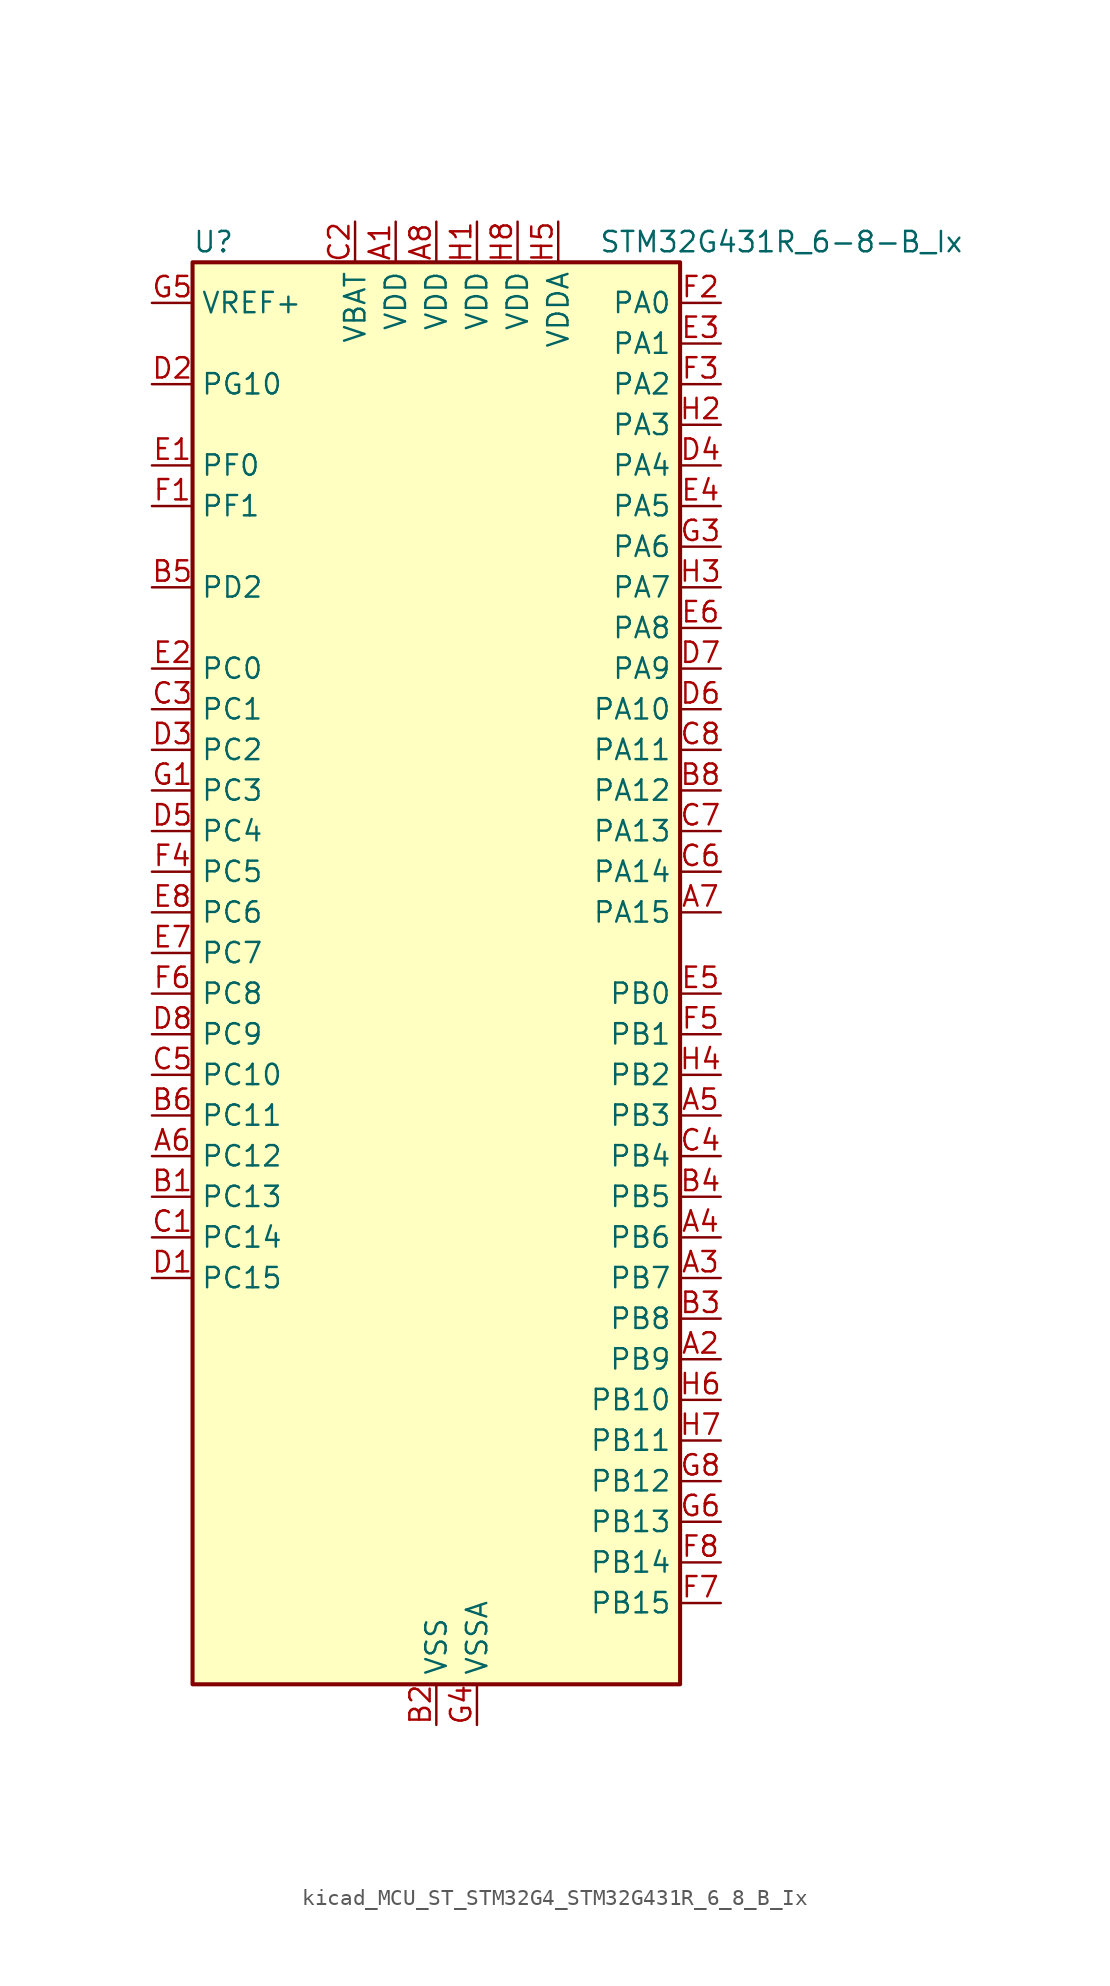
<source format=kicad_sym>
(kicad_symbol_lib
  (version 20220914)
  (generator kicad_symbol_editor)
  (symbol "kicad_MCU_ST_STM32G4_STM32G431R_6_8_B_Ix"
    (property "Reference" "U"
      (at -15.24 46.99 0)
      (effects (font (size 1.27 1.27)) (justify left)))
    (property "Value" "STM32G431R_6-8-B_Ix"
      (at 10.16 46.99 0)
      (effects (font (size 1.27 1.27)) (justify left)))
    (property "ki_locked" ""
      (at 0 0 0)
      (effects (font (size 1.27 1.27))))
    (symbol "kicad_MCU_ST_STM32G4_STM32G431R_6_8_B_Ix_0_1"
      (rectangle (start -15.24 -43.18) (end 15.24 45.72) (stroke (width 0.254) (type default)) (fill (type background))))
    (symbol "kicad_MCU_ST_STM32G4_STM32G431R_6_8_B_Ix_1_1"
      (pin power_in line (at -2.54 48.26 270) (length 2.54) (name "VDD" (effects (font (size 1.27 1.27)))) (number "A1" (effects (font (size 1.27 1.27)))))
      (pin bidirectional line (at 17.78 -22.86 180) (length 2.54) (name "PB9" (effects (font (size 1.27 1.27)))) (number "A2" (effects (font (size 1.27 1.27)))) (alternate "COMP2_OUT" bidirectional line) (alternate "DAC1_EXTI9" bidirectional line) (alternate "DAC3_EXTI9" bidirectional line) (alternate "FDCAN1_TX" bidirectional line) (alternate "I2C1_SDA" bidirectional line) (alternate "IR_OUT" bidirectional line) (alternate "SAI1_D2" bidirectional line) (alternate "SAI1_FS_A" bidirectional line) (alternate "TIM17_CH1" bidirectional line) (alternate "TIM1_CH3N" bidirectional line) (alternate "TIM4_CH4" bidirectional line) (alternate "TIM8_CH3" bidirectional line) (alternate "USART3_TX" bidirectional line))
      (pin bidirectional line (at 17.78 -17.78 180) (length 2.54) (name "PB7" (effects (font (size 1.27 1.27)))) (number "A3" (effects (font (size 1.27 1.27)))) (alternate "COMP3_OUT" bidirectional line) (alternate "I2C1_SDA" bidirectional line) (alternate "LPTIM1_IN2" bidirectional line) (alternate "SYS_PVD_IN" bidirectional line) (alternate "TIM17_CH1N" bidirectional line) (alternate "TIM3_CH4" bidirectional line) (alternate "TIM4_CH2" bidirectional line) (alternate "TIM8_BKIN" bidirectional line) (alternate "UART4_CTS" bidirectional line) (alternate "USART1_RX" bidirectional line))
      (pin bidirectional line (at 17.78 -15.24 180) (length 2.54) (name "PB6" (effects (font (size 1.27 1.27)))) (number "A4" (effects (font (size 1.27 1.27)))) (alternate "COMP4_OUT" bidirectional line) (alternate "LPTIM1_ETR" bidirectional line) (alternate "SAI1_FS_B" bidirectional line) (alternate "TIM16_CH1N" bidirectional line) (alternate "TIM4_CH1" bidirectional line) (alternate "TIM8_BKIN2" bidirectional line) (alternate "TIM8_CH1" bidirectional line) (alternate "TIM8_ETR" bidirectional line) (alternate "UCPD1_CC1" bidirectional line) (alternate "USART1_TX" bidirectional line))
      (pin bidirectional line (at 17.78 -7.62 180) (length 2.54) (name "PB3" (effects (font (size 1.27 1.27)))) (number "A5" (effects (font (size 1.27 1.27)))) (alternate "CRS_SYNC" bidirectional line) (alternate "I2S3_CK" bidirectional line) (alternate "SAI1_SCK_B" bidirectional line) (alternate "SPI1_SCK" bidirectional line) (alternate "SPI3_SCK" bidirectional line) (alternate "SYS_JTDO-SWO" bidirectional line) (alternate "TIM2_CH2" bidirectional line) (alternate "TIM3_ETR" bidirectional line) (alternate "TIM4_ETR" bidirectional line) (alternate "TIM8_CH1N" bidirectional line) (alternate "USART2_TX" bidirectional line))
      (pin bidirectional line (at -17.78 -10.16 0) (length 2.54) (name "PC12" (effects (font (size 1.27 1.27)))) (number "A6" (effects (font (size 1.27 1.27)))) (alternate "I2S3_SD" bidirectional line) (alternate "SPI3_MOSI" bidirectional line) (alternate "TIM8_CH3N" bidirectional line) (alternate "UCPD1_FRSTX1" bidirectional line) (alternate "UCPD1_FRSTX2" bidirectional line) (alternate "USART3_CK" bidirectional line))
      (pin bidirectional line (at 17.78 5.08 180) (length 2.54) (name "PA15" (effects (font (size 1.27 1.27)))) (number "A7" (effects (font (size 1.27 1.27)))) (alternate "ADC1_EXTI15" bidirectional line) (alternate "ADC2_EXTI15" bidirectional line) (alternate "I2C1_SCL" bidirectional line) (alternate "I2S3_WS" bidirectional line) (alternate "SPI1_NSS" bidirectional line) (alternate "SPI3_NSS" bidirectional line) (alternate "SYS_JTDI" bidirectional line) (alternate "TIM1_BKIN" bidirectional line) (alternate "TIM2_CH1" bidirectional line) (alternate "TIM2_ETR" bidirectional line) (alternate "TIM8_CH1" bidirectional line) (alternate "UART4_DE" bidirectional line) (alternate "UART4_RTS" bidirectional line) (alternate "USART2_RX" bidirectional line))
      (pin power_in line (at 0 48.26 270) (length 2.54) (name "VDD" (effects (font (size 1.27 1.27)))) (number "A8" (effects (font (size 1.27 1.27)))))
      (pin bidirectional line (at -17.78 -12.7 0) (length 2.54) (name "PC13" (effects (font (size 1.27 1.27)))) (number "B1" (effects (font (size 1.27 1.27)))) (alternate "RTC_OUT1" bidirectional line) (alternate "RTC_TAMP1" bidirectional line) (alternate "RTC_TS" bidirectional line) (alternate "SYS_WKUP2" bidirectional line) (alternate "TIM1_BKIN" bidirectional line) (alternate "TIM1_CH1N" bidirectional line) (alternate "TIM8_CH4N" bidirectional line))
      (pin power_in line (at 0 -45.72 90) (length 2.54) (name "VSS" (effects (font (size 1.27 1.27)))) (number "B2" (effects (font (size 1.27 1.27)))))
      (pin bidirectional line (at 17.78 -20.32 180) (length 2.54) (name "PB8" (effects (font (size 1.27 1.27)))) (number "B3" (effects (font (size 1.27 1.27)))) (alternate "COMP1_OUT" bidirectional line) (alternate "FDCAN1_RX" bidirectional line) (alternate "I2C1_SCL" bidirectional line) (alternate "SAI1_CK1" bidirectional line) (alternate "SAI1_MCLK_A" bidirectional line) (alternate "TIM16_CH1" bidirectional line) (alternate "TIM1_BKIN" bidirectional line) (alternate "TIM4_CH3" bidirectional line) (alternate "TIM8_CH2" bidirectional line) (alternate "USART3_RX" bidirectional line))
      (pin bidirectional line (at 17.78 -12.7 180) (length 2.54) (name "PB5" (effects (font (size 1.27 1.27)))) (number "B4" (effects (font (size 1.27 1.27)))) (alternate "I2C1_SMBA" bidirectional line) (alternate "I2C3_SDA" bidirectional line) (alternate "I2S3_SD" bidirectional line) (alternate "LPTIM1_IN1" bidirectional line) (alternate "SAI1_SD_B" bidirectional line) (alternate "SPI1_MOSI" bidirectional line) (alternate "SPI3_MOSI" bidirectional line) (alternate "TIM16_BKIN" bidirectional line) (alternate "TIM17_CH1" bidirectional line) (alternate "TIM3_CH2" bidirectional line) (alternate "TIM8_CH3N" bidirectional line) (alternate "USART2_CK" bidirectional line))
      (pin bidirectional line (at -17.78 25.4 0) (length 2.54) (name "PD2" (effects (font (size 1.27 1.27)))) (number "B5" (effects (font (size 1.27 1.27)))) (alternate "TIM3_ETR" bidirectional line) (alternate "TIM8_BKIN" bidirectional line))
      (pin bidirectional line (at -17.78 -7.62 0) (length 2.54) (name "PC11" (effects (font (size 1.27 1.27)))) (number "B6" (effects (font (size 1.27 1.27)))) (alternate "ADC1_EXTI11" bidirectional line) (alternate "ADC2_EXTI11" bidirectional line) (alternate "I2C3_SDA" bidirectional line) (alternate "SPI3_MISO" bidirectional line) (alternate "TIM8_CH2N" bidirectional line) (alternate "UART4_RX" bidirectional line) (alternate "USART3_RX" bidirectional line))
      (pin passive line (at 0 -45.72 90) (length 2.54) hide (name "VSS" (effects (font (size 1.27 1.27)))) (number "B7" (effects (font (size 1.27 1.27)))))
      (pin bidirectional line (at 17.78 12.7 180) (length 2.54) (name "PA12" (effects (font (size 1.27 1.27)))) (number "B8" (effects (font (size 1.27 1.27)))) (alternate "COMP2_OUT" bidirectional line) (alternate "FDCAN1_TX" bidirectional line) (alternate "I2S_CKIN" bidirectional line) (alternate "TIM16_CH1" bidirectional line) (alternate "TIM1_CH2N" bidirectional line) (alternate "TIM1_ETR" bidirectional line) (alternate "TIM4_CH2" bidirectional line) (alternate "USART1_DE" bidirectional line) (alternate "USART1_RTS" bidirectional line) (alternate "USB_DP" bidirectional line))
      (pin bidirectional line (at -17.78 -15.24 0) (length 2.54) (name "PC14" (effects (font (size 1.27 1.27)))) (number "C1" (effects (font (size 1.27 1.27)))) (alternate "RCC_OSC32_IN" bidirectional line))
      (pin power_in line (at -5.08 48.26 270) (length 2.54) (name "VBAT" (effects (font (size 1.27 1.27)))) (number "C2" (effects (font (size 1.27 1.27)))))
      (pin bidirectional line (at -17.78 17.78 0) (length 2.54) (name "PC1" (effects (font (size 1.27 1.27)))) (number "C3" (effects (font (size 1.27 1.27)))) (alternate "ADC1_IN7" bidirectional line) (alternate "ADC2_IN7" bidirectional line) (alternate "COMP3_INP" bidirectional line) (alternate "LPTIM1_OUT" bidirectional line) (alternate "LPUART1_TX" bidirectional line) (alternate "SAI1_SD_A" bidirectional line) (alternate "TIM1_CH2" bidirectional line))
      (pin bidirectional line (at 17.78 -10.16 180) (length 2.54) (name "PB4" (effects (font (size 1.27 1.27)))) (number "C4" (effects (font (size 1.27 1.27)))) (alternate "SAI1_MCLK_B" bidirectional line) (alternate "SPI1_MISO" bidirectional line) (alternate "SPI3_MISO" bidirectional line) (alternate "SYS_JTRST" bidirectional line) (alternate "TIM16_CH1" bidirectional line) (alternate "TIM17_BKIN" bidirectional line) (alternate "TIM3_CH1" bidirectional line) (alternate "TIM8_CH2N" bidirectional line) (alternate "UCPD1_CC2" bidirectional line) (alternate "USART2_RX" bidirectional line))
      (pin bidirectional line (at -17.78 -5.08 0) (length 2.54) (name "PC10" (effects (font (size 1.27 1.27)))) (number "C5" (effects (font (size 1.27 1.27)))) (alternate "DAC1_EXTI10" bidirectional line) (alternate "DAC3_EXTI10" bidirectional line) (alternate "I2S3_CK" bidirectional line) (alternate "SPI3_SCK" bidirectional line) (alternate "TIM8_CH1N" bidirectional line) (alternate "UART4_TX" bidirectional line) (alternate "USART3_TX" bidirectional line))
      (pin bidirectional line (at 17.78 7.62 180) (length 2.54) (name "PA14" (effects (font (size 1.27 1.27)))) (number "C6" (effects (font (size 1.27 1.27)))) (alternate "I2C1_SDA" bidirectional line) (alternate "LPTIM1_OUT" bidirectional line) (alternate "SAI1_FS_B" bidirectional line) (alternate "SYS_JTCK-SWCLK" bidirectional line) (alternate "TIM1_BKIN" bidirectional line) (alternate "TIM8_CH2" bidirectional line) (alternate "USART2_TX" bidirectional line))
      (pin bidirectional line (at 17.78 10.16 180) (length 2.54) (name "PA13" (effects (font (size 1.27 1.27)))) (number "C7" (effects (font (size 1.27 1.27)))) (alternate "I2C1_SCL" bidirectional line) (alternate "IR_OUT" bidirectional line) (alternate "SAI1_SD_B" bidirectional line) (alternate "SYS_JTMS-SWDIO" bidirectional line) (alternate "TIM16_CH1N" bidirectional line) (alternate "TIM4_CH3" bidirectional line) (alternate "USART3_CTS" bidirectional line) (alternate "USART3_NSS" bidirectional line))
      (pin bidirectional line (at 17.78 15.24 180) (length 2.54) (name "PA11" (effects (font (size 1.27 1.27)))) (number "C8" (effects (font (size 1.27 1.27)))) (alternate "ADC1_EXTI11" bidirectional line) (alternate "ADC2_EXTI11" bidirectional line) (alternate "COMP1_OUT" bidirectional line) (alternate "FDCAN1_RX" bidirectional line) (alternate "I2S2_SD" bidirectional line) (alternate "SPI2_MOSI" bidirectional line) (alternate "TIM1_BKIN2" bidirectional line) (alternate "TIM1_CH1N" bidirectional line) (alternate "TIM1_CH4" bidirectional line) (alternate "TIM4_CH1" bidirectional line) (alternate "USART1_CTS" bidirectional line) (alternate "USART1_NSS" bidirectional line) (alternate "USB_DM" bidirectional line))
      (pin bidirectional line (at -17.78 -17.78 0) (length 2.54) (name "PC15" (effects (font (size 1.27 1.27)))) (number "D1" (effects (font (size 1.27 1.27)))) (alternate "ADC1_EXTI15" bidirectional line) (alternate "ADC2_EXTI15" bidirectional line) (alternate "RCC_OSC32_OUT" bidirectional line))
      (pin bidirectional line (at -17.78 38.1 0) (length 2.54) (name "PG10" (effects (font (size 1.27 1.27)))) (number "D2" (effects (font (size 1.27 1.27)))) (alternate "DAC1_EXTI10" bidirectional line) (alternate "DAC3_EXTI10" bidirectional line) (alternate "RCC_MCO" bidirectional line))
      (pin bidirectional line (at -17.78 15.24 0) (length 2.54) (name "PC2" (effects (font (size 1.27 1.27)))) (number "D3" (effects (font (size 1.27 1.27)))) (alternate "ADC1_IN8" bidirectional line) (alternate "ADC2_IN8" bidirectional line) (alternate "COMP3_OUT" bidirectional line) (alternate "LPTIM1_IN2" bidirectional line) (alternate "TIM1_CH3" bidirectional line))
      (pin bidirectional line (at 17.78 33.02 180) (length 2.54) (name "PA4" (effects (font (size 1.27 1.27)))) (number "D4" (effects (font (size 1.27 1.27)))) (alternate "ADC2_IN17" bidirectional line) (alternate "COMP1_INM" bidirectional line) (alternate "DAC1_OUT1" bidirectional line) (alternate "I2S3_WS" bidirectional line) (alternate "SAI1_FS_B" bidirectional line) (alternate "SPI1_NSS" bidirectional line) (alternate "SPI3_NSS" bidirectional line) (alternate "TIM3_CH2" bidirectional line) (alternate "USART2_CK" bidirectional line))
      (pin bidirectional line (at -17.78 10.16 0) (length 2.54) (name "PC4" (effects (font (size 1.27 1.27)))) (number "D5" (effects (font (size 1.27 1.27)))) (alternate "ADC2_IN5" bidirectional line) (alternate "I2C2_SCL" bidirectional line) (alternate "TIM1_ETR" bidirectional line) (alternate "USART1_TX" bidirectional line))
      (pin bidirectional line (at 17.78 17.78 180) (length 2.54) (name "PA10" (effects (font (size 1.27 1.27)))) (number "D6" (effects (font (size 1.27 1.27)))) (alternate "CRS_SYNC" bidirectional line) (alternate "DAC1_EXTI10" bidirectional line) (alternate "DAC3_EXTI10" bidirectional line) (alternate "I2C2_SMBA" bidirectional line) (alternate "SAI1_D1" bidirectional line) (alternate "SAI1_SD_A" bidirectional line) (alternate "SPI2_MISO" bidirectional line) (alternate "TIM17_BKIN" bidirectional line) (alternate "TIM1_CH3" bidirectional line) (alternate "TIM2_CH4" bidirectional line) (alternate "TIM8_BKIN" bidirectional line) (alternate "UCPD1_DBCC2" bidirectional line) (alternate "USART1_RX" bidirectional line))
      (pin bidirectional line (at 17.78 20.32 180) (length 2.54) (name "PA9" (effects (font (size 1.27 1.27)))) (number "D7" (effects (font (size 1.27 1.27)))) (alternate "DAC1_EXTI9" bidirectional line) (alternate "DAC3_EXTI9" bidirectional line) (alternate "I2C2_SCL" bidirectional line) (alternate "I2C3_SMBA" bidirectional line) (alternate "I2S3_MCK" bidirectional line) (alternate "SAI1_FS_A" bidirectional line) (alternate "TIM15_BKIN" bidirectional line) (alternate "TIM1_CH2" bidirectional line) (alternate "TIM2_CH3" bidirectional line) (alternate "UCPD1_DBCC1" bidirectional line) (alternate "USART1_TX" bidirectional line))
      (pin bidirectional line (at -17.78 -2.54 0) (length 2.54) (name "PC9" (effects (font (size 1.27 1.27)))) (number "D8" (effects (font (size 1.27 1.27)))) (alternate "DAC1_EXTI9" bidirectional line) (alternate "DAC3_EXTI9" bidirectional line) (alternate "I2C3_SDA" bidirectional line) (alternate "I2S_CKIN" bidirectional line) (alternate "TIM3_CH4" bidirectional line) (alternate "TIM8_BKIN2" bidirectional line) (alternate "TIM8_CH4" bidirectional line))
      (pin bidirectional line (at -17.78 33.02 0) (length 2.54) (name "PF0" (effects (font (size 1.27 1.27)))) (number "E1" (effects (font (size 1.27 1.27)))) (alternate "ADC1_IN10" bidirectional line) (alternate "I2C2_SDA" bidirectional line) (alternate "I2S2_WS" bidirectional line) (alternate "RCC_OSC_IN" bidirectional line) (alternate "SPI2_NSS" bidirectional line) (alternate "TIM1_CH3N" bidirectional line))
      (pin bidirectional line (at -17.78 20.32 0) (length 2.54) (name "PC0" (effects (font (size 1.27 1.27)))) (number "E2" (effects (font (size 1.27 1.27)))) (alternate "ADC1_IN6" bidirectional line) (alternate "ADC2_IN6" bidirectional line) (alternate "COMP3_INM" bidirectional line) (alternate "LPTIM1_IN1" bidirectional line) (alternate "LPUART1_RX" bidirectional line) (alternate "TIM1_CH1" bidirectional line))
      (pin bidirectional line (at 17.78 40.64 180) (length 2.54) (name "PA1" (effects (font (size 1.27 1.27)))) (number "E3" (effects (font (size 1.27 1.27)))) (alternate "ADC1_IN2" bidirectional line) (alternate "ADC2_IN2" bidirectional line) (alternate "COMP1_INP" bidirectional line) (alternate "OPAMP1_VINP" bidirectional line) (alternate "OPAMP1_VINP_SEC" bidirectional line) (alternate "OPAMP3_VINP" bidirectional line) (alternate "OPAMP3_VINP_SEC" bidirectional line) (alternate "RTC_REFIN" bidirectional line) (alternate "TIM15_CH1N" bidirectional line) (alternate "TIM2_CH2" bidirectional line) (alternate "USART2_DE" bidirectional line) (alternate "USART2_RTS" bidirectional line))
      (pin bidirectional line (at 17.78 30.48 180) (length 2.54) (name "PA5" (effects (font (size 1.27 1.27)))) (number "E4" (effects (font (size 1.27 1.27)))) (alternate "ADC2_IN13" bidirectional line) (alternate "COMP2_INM" bidirectional line) (alternate "DAC1_OUT2" bidirectional line) (alternate "OPAMP2_VINM" bidirectional line) (alternate "OPAMP2_VINM0" bidirectional line) (alternate "OPAMP2_VINM_SEC" bidirectional line) (alternate "SPI1_SCK" bidirectional line) (alternate "TIM2_CH1" bidirectional line) (alternate "TIM2_ETR" bidirectional line) (alternate "UCPD1_FRSTX1" bidirectional line) (alternate "UCPD1_FRSTX2" bidirectional line))
      (pin bidirectional line (at 17.78 0 180) (length 2.54) (name "PB0" (effects (font (size 1.27 1.27)))) (number "E5" (effects (font (size 1.27 1.27)))) (alternate "ADC1_IN15" bidirectional line) (alternate "COMP4_INP" bidirectional line) (alternate "OPAMP2_VINP" bidirectional line) (alternate "OPAMP2_VINP_SEC" bidirectional line) (alternate "OPAMP3_VINP" bidirectional line) (alternate "OPAMP3_VINP_SEC" bidirectional line) (alternate "TIM1_CH2N" bidirectional line) (alternate "TIM3_CH3" bidirectional line) (alternate "TIM8_CH2N" bidirectional line) (alternate "UCPD1_FRSTX1" bidirectional line) (alternate "UCPD1_FRSTX2" bidirectional line))
      (pin bidirectional line (at 17.78 22.86 180) (length 2.54) (name "PA8" (effects (font (size 1.27 1.27)))) (number "E6" (effects (font (size 1.27 1.27)))) (alternate "I2C2_SDA" bidirectional line) (alternate "I2C3_SCL" bidirectional line) (alternate "I2S2_MCK" bidirectional line) (alternate "RCC_MCO" bidirectional line) (alternate "SAI1_CK2" bidirectional line) (alternate "SAI1_SCK_A" bidirectional line) (alternate "TIM1_CH1" bidirectional line) (alternate "TIM4_ETR" bidirectional line) (alternate "USART1_CK" bidirectional line))
      (pin bidirectional line (at -17.78 2.54 0) (length 2.54) (name "PC7" (effects (font (size 1.27 1.27)))) (number "E7" (effects (font (size 1.27 1.27)))) (alternate "I2S3_MCK" bidirectional line) (alternate "TIM3_CH2" bidirectional line) (alternate "TIM8_CH2" bidirectional line))
      (pin bidirectional line (at -17.78 5.08 0) (length 2.54) (name "PC6" (effects (font (size 1.27 1.27)))) (number "E8" (effects (font (size 1.27 1.27)))) (alternate "I2S2_MCK" bidirectional line) (alternate "TIM3_CH1" bidirectional line) (alternate "TIM8_CH1" bidirectional line))
      (pin bidirectional line (at -17.78 30.48 0) (length 2.54) (name "PF1" (effects (font (size 1.27 1.27)))) (number "F1" (effects (font (size 1.27 1.27)))) (alternate "ADC2_IN10" bidirectional line) (alternate "COMP3_INM" bidirectional line) (alternate "I2S2_CK" bidirectional line) (alternate "RCC_OSC_OUT" bidirectional line) (alternate "SPI2_SCK" bidirectional line))
      (pin bidirectional line (at 17.78 43.18 180) (length 2.54) (name "PA0" (effects (font (size 1.27 1.27)))) (number "F2" (effects (font (size 1.27 1.27)))) (alternate "ADC1_IN1" bidirectional line) (alternate "ADC2_IN1" bidirectional line) (alternate "COMP1_INM" bidirectional line) (alternate "COMP1_OUT" bidirectional line) (alternate "COMP3_INP" bidirectional line) (alternate "RTC_TAMP2" bidirectional line) (alternate "SYS_WKUP1" bidirectional line) (alternate "TIM2_CH1" bidirectional line) (alternate "TIM2_ETR" bidirectional line) (alternate "TIM8_BKIN" bidirectional line) (alternate "TIM8_ETR" bidirectional line) (alternate "USART2_CTS" bidirectional line) (alternate "USART2_NSS" bidirectional line))
      (pin bidirectional line (at 17.78 38.1 180) (length 2.54) (name "PA2" (effects (font (size 1.27 1.27)))) (number "F3" (effects (font (size 1.27 1.27)))) (alternate "ADC1_IN3" bidirectional line) (alternate "COMP2_INM" bidirectional line) (alternate "COMP2_OUT" bidirectional line) (alternate "LPUART1_TX" bidirectional line) (alternate "OPAMP1_VOUT" bidirectional line) (alternate "RCC_LSCO" bidirectional line) (alternate "SYS_WKUP4" bidirectional line) (alternate "TIM15_CH1" bidirectional line) (alternate "TIM2_CH3" bidirectional line) (alternate "UCPD1_FRSTX1" bidirectional line) (alternate "UCPD1_FRSTX2" bidirectional line) (alternate "USART2_TX" bidirectional line))
      (pin bidirectional line (at -17.78 7.62 0) (length 2.54) (name "PC5" (effects (font (size 1.27 1.27)))) (number "F4" (effects (font (size 1.27 1.27)))) (alternate "ADC2_IN11" bidirectional line) (alternate "OPAMP1_VINM" bidirectional line) (alternate "OPAMP1_VINM1" bidirectional line) (alternate "OPAMP1_VINM_SEC" bidirectional line) (alternate "OPAMP2_VINM" bidirectional line) (alternate "OPAMP2_VINM1" bidirectional line) (alternate "OPAMP2_VINM_SEC" bidirectional line) (alternate "SAI1_D3" bidirectional line) (alternate "SYS_WKUP5" bidirectional line) (alternate "TIM15_BKIN" bidirectional line) (alternate "TIM1_CH4N" bidirectional line) (alternate "USART1_RX" bidirectional line))
      (pin bidirectional line (at 17.78 -2.54 180) (length 2.54) (name "PB1" (effects (font (size 1.27 1.27)))) (number "F5" (effects (font (size 1.27 1.27)))) (alternate "ADC1_IN12" bidirectional line) (alternate "COMP1_INP" bidirectional line) (alternate "COMP4_OUT" bidirectional line) (alternate "LPUART1_DE" bidirectional line) (alternate "LPUART1_RTS" bidirectional line) (alternate "OPAMP3_VOUT" bidirectional line) (alternate "TIM1_CH3N" bidirectional line) (alternate "TIM3_CH4" bidirectional line) (alternate "TIM8_CH3N" bidirectional line))
      (pin bidirectional line (at -17.78 0 0) (length 2.54) (name "PC8" (effects (font (size 1.27 1.27)))) (number "F6" (effects (font (size 1.27 1.27)))) (alternate "I2C3_SCL" bidirectional line) (alternate "TIM3_CH3" bidirectional line) (alternate "TIM8_CH3" bidirectional line))
      (pin bidirectional line (at 17.78 -38.1 180) (length 2.54) (name "PB15" (effects (font (size 1.27 1.27)))) (number "F7" (effects (font (size 1.27 1.27)))) (alternate "ADC1_EXTI15" bidirectional line) (alternate "ADC2_EXTI15" bidirectional line) (alternate "ADC2_IN15" bidirectional line) (alternate "COMP3_OUT" bidirectional line) (alternate "I2S2_SD" bidirectional line) (alternate "RTC_REFIN" bidirectional line) (alternate "SPI2_MOSI" bidirectional line) (alternate "TIM15_CH1N" bidirectional line) (alternate "TIM15_CH2" bidirectional line) (alternate "TIM1_CH3N" bidirectional line))
      (pin bidirectional line (at 17.78 -35.56 180) (length 2.54) (name "PB14" (effects (font (size 1.27 1.27)))) (number "F8" (effects (font (size 1.27 1.27)))) (alternate "ADC1_IN5" bidirectional line) (alternate "COMP4_OUT" bidirectional line) (alternate "OPAMP2_VINP" bidirectional line) (alternate "OPAMP2_VINP_SEC" bidirectional line) (alternate "SPI2_MISO" bidirectional line) (alternate "TIM15_CH1" bidirectional line) (alternate "TIM1_CH2N" bidirectional line) (alternate "USART3_DE" bidirectional line) (alternate "USART3_RTS" bidirectional line))
      (pin bidirectional line (at -17.78 12.7 0) (length 2.54) (name "PC3" (effects (font (size 1.27 1.27)))) (number "G1" (effects (font (size 1.27 1.27)))) (alternate "ADC1_IN9" bidirectional line) (alternate "ADC2_IN9" bidirectional line) (alternate "LPTIM1_ETR" bidirectional line) (alternate "SAI1_D1" bidirectional line) (alternate "SAI1_SD_A" bidirectional line) (alternate "TIM1_BKIN2" bidirectional line) (alternate "TIM1_CH4" bidirectional line))
      (pin passive line (at 0 -45.72 90) (length 2.54) hide (name "VSS" (effects (font (size 1.27 1.27)))) (number "G2" (effects (font (size 1.27 1.27)))))
      (pin bidirectional line (at 17.78 27.94 180) (length 2.54) (name "PA6" (effects (font (size 1.27 1.27)))) (number "G3" (effects (font (size 1.27 1.27)))) (alternate "ADC2_IN3" bidirectional line) (alternate "COMP1_OUT" bidirectional line) (alternate "LPUART1_CTS" bidirectional line) (alternate "OPAMP2_VOUT" bidirectional line) (alternate "SPI1_MISO" bidirectional line) (alternate "TIM16_CH1" bidirectional line) (alternate "TIM1_BKIN" bidirectional line) (alternate "TIM3_CH1" bidirectional line) (alternate "TIM8_BKIN" bidirectional line))
      (pin power_in line (at 2.54 -45.72 90) (length 2.54) (name "VSSA" (effects (font (size 1.27 1.27)))) (number "G4" (effects (font (size 1.27 1.27)))))
      (pin input line (at -17.78 43.18 0) (length 2.54) (name "VREF+" (effects (font (size 1.27 1.27)))) (number "G5" (effects (font (size 1.27 1.27)))) (alternate "VREFBUF_OUT" bidirectional line))
      (pin bidirectional line (at 17.78 -33.02 180) (length 2.54) (name "PB13" (effects (font (size 1.27 1.27)))) (number "G6" (effects (font (size 1.27 1.27)))) (alternate "I2S2_CK" bidirectional line) (alternate "LPUART1_CTS" bidirectional line) (alternate "OPAMP3_VINP" bidirectional line) (alternate "OPAMP3_VINP_SEC" bidirectional line) (alternate "SPI2_SCK" bidirectional line) (alternate "TIM1_CH1N" bidirectional line) (alternate "USART3_CTS" bidirectional line) (alternate "USART3_NSS" bidirectional line))
      (pin passive line (at 0 -45.72 90) (length 2.54) hide (name "VSS" (effects (font (size 1.27 1.27)))) (number "G7" (effects (font (size 1.27 1.27)))))
      (pin bidirectional line (at 17.78 -30.48 180) (length 2.54) (name "PB12" (effects (font (size 1.27 1.27)))) (number "G8" (effects (font (size 1.27 1.27)))) (alternate "ADC1_IN11" bidirectional line) (alternate "I2C2_SMBA" bidirectional line) (alternate "I2S2_WS" bidirectional line) (alternate "LPUART1_DE" bidirectional line) (alternate "LPUART1_RTS" bidirectional line) (alternate "SPI2_NSS" bidirectional line) (alternate "TIM1_BKIN" bidirectional line) (alternate "USART3_CK" bidirectional line))
      (pin power_in line (at 2.54 48.26 270) (length 2.54) (name "VDD" (effects (font (size 1.27 1.27)))) (number "H1" (effects (font (size 1.27 1.27)))))
      (pin bidirectional line (at 17.78 35.56 180) (length 2.54) (name "PA3" (effects (font (size 1.27 1.27)))) (number "H2" (effects (font (size 1.27 1.27)))) (alternate "ADC1_IN4" bidirectional line) (alternate "COMP2_INP" bidirectional line) (alternate "LPUART1_RX" bidirectional line) (alternate "OPAMP1_VINM" bidirectional line) (alternate "OPAMP1_VINM0" bidirectional line) (alternate "OPAMP1_VINM_SEC" bidirectional line) (alternate "OPAMP1_VINP" bidirectional line) (alternate "OPAMP1_VINP_SEC" bidirectional line) (alternate "SAI1_CK1" bidirectional line) (alternate "SAI1_MCLK_A" bidirectional line) (alternate "TIM15_CH2" bidirectional line) (alternate "TIM2_CH4" bidirectional line) (alternate "USART2_RX" bidirectional line))
      (pin bidirectional line (at 17.78 25.4 180) (length 2.54) (name "PA7" (effects (font (size 1.27 1.27)))) (number "H3" (effects (font (size 1.27 1.27)))) (alternate "ADC2_IN4" bidirectional line) (alternate "COMP2_INP" bidirectional line) (alternate "COMP2_OUT" bidirectional line) (alternate "OPAMP1_VINP" bidirectional line) (alternate "OPAMP1_VINP_SEC" bidirectional line) (alternate "OPAMP2_VINP" bidirectional line) (alternate "OPAMP2_VINP_SEC" bidirectional line) (alternate "SPI1_MOSI" bidirectional line) (alternate "TIM17_CH1" bidirectional line) (alternate "TIM1_CH1N" bidirectional line) (alternate "TIM3_CH2" bidirectional line) (alternate "TIM8_CH1N" bidirectional line) (alternate "UCPD1_FRSTX1" bidirectional line) (alternate "UCPD1_FRSTX2" bidirectional line))
      (pin bidirectional line (at 17.78 -5.08 180) (length 2.54) (name "PB2" (effects (font (size 1.27 1.27)))) (number "H4" (effects (font (size 1.27 1.27)))) (alternate "ADC2_IN12" bidirectional line) (alternate "COMP4_INM" bidirectional line) (alternate "I2C3_SMBA" bidirectional line) (alternate "LPTIM1_OUT" bidirectional line) (alternate "OPAMP3_VINM" bidirectional line) (alternate "OPAMP3_VINM0" bidirectional line) (alternate "OPAMP3_VINM_SEC" bidirectional line) (alternate "RTC_OUT2" bidirectional line))
      (pin power_in line (at 7.62 48.26 270) (length 2.54) (name "VDDA" (effects (font (size 1.27 1.27)))) (number "H5" (effects (font (size 1.27 1.27)))))
      (pin bidirectional line (at 17.78 -25.4 180) (length 2.54) (name "PB10" (effects (font (size 1.27 1.27)))) (number "H6" (effects (font (size 1.27 1.27)))) (alternate "DAC1_EXTI10" bidirectional line) (alternate "DAC3_EXTI10" bidirectional line) (alternate "LPUART1_RX" bidirectional line) (alternate "OPAMP3_VINM" bidirectional line) (alternate "OPAMP3_VINM1" bidirectional line) (alternate "OPAMP3_VINM_SEC" bidirectional line) (alternate "SAI1_SCK_A" bidirectional line) (alternate "TIM1_BKIN" bidirectional line) (alternate "TIM2_CH3" bidirectional line) (alternate "USART3_TX" bidirectional line))
      (pin bidirectional line (at 17.78 -27.94 180) (length 2.54) (name "PB11" (effects (font (size 1.27 1.27)))) (number "H7" (effects (font (size 1.27 1.27)))) (alternate "ADC1_EXTI11" bidirectional line) (alternate "ADC1_IN14" bidirectional line) (alternate "ADC2_EXTI11" bidirectional line) (alternate "ADC2_IN14" bidirectional line) (alternate "LPUART1_TX" bidirectional line) (alternate "TIM2_CH4" bidirectional line) (alternate "USART3_RX" bidirectional line))
      (pin power_in line (at 5.08 48.26 270) (length 2.54) (name "VDD" (effects (font (size 1.27 1.27)))) (number "H8" (effects (font (size 1.27 1.27))))))))
</source>
